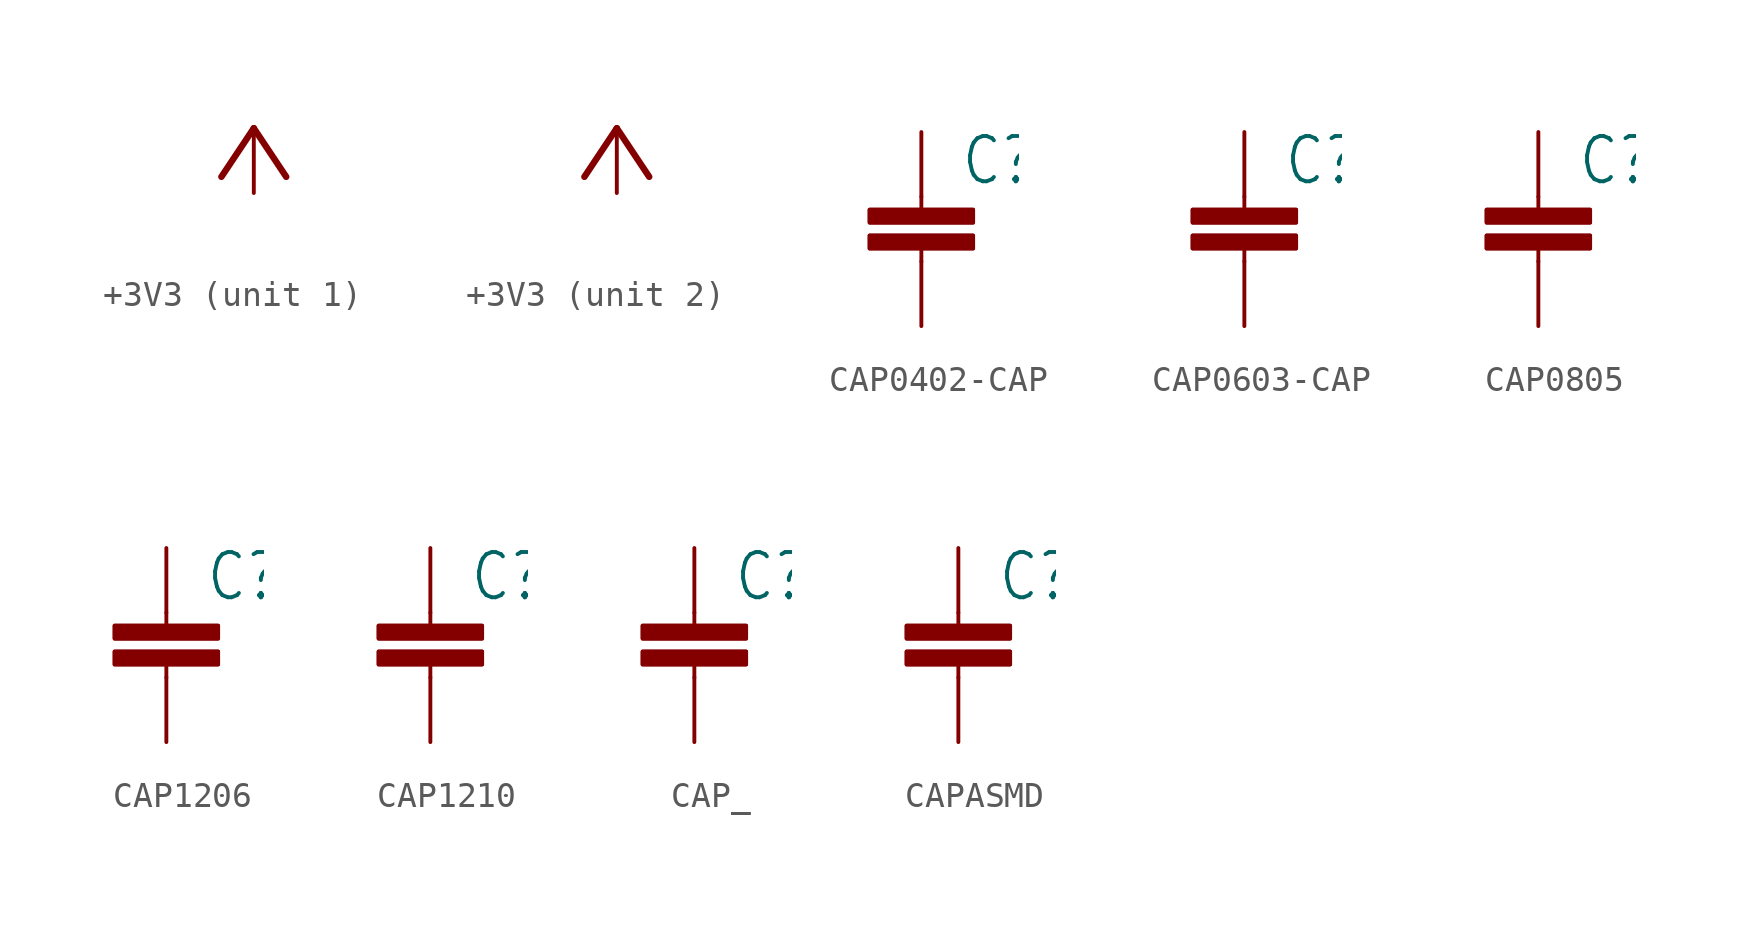
<source format=kicad_sym>
(kicad_symbol_lib
  (version 20241209)
  (generator "kicad_symbol_editor")
  (generator_version "9.0")
  (symbol "+3V3"
    (property "Reference" "#+3V3"
      (at 0 0 0)
      (effects (font (size 1.27 1.27)) (hide yes)))
    (property "Value" ""
      (at -2.54 -5.08 90)
      (effects (font (size 1.778 1.511)) (justify left bottom)))
    (property "ki_locked" ""
      (at 0 0 0)
      (effects (font (size 1.27 1.27))))
    (symbol "+3V3_1_0"
      (polyline (pts (xy 0 0) (xy -1.27 -1.905)) (stroke (width 0.254) (type solid)) (fill (type none)))
      (polyline (pts (xy 1.27 -1.905) (xy 0 0)) (stroke (width 0.254) (type solid)) (fill (type none)))
      (pin power_in line (at 0 -2.54 90) (length 2.54) (name "+3V3" (effects (font (size 0 0)))) (number "1" (effects (font (size 0 0))))))
    (symbol "+3V3_2_0"
      (polyline (pts (xy 0 0) (xy -1.27 -1.905)) (stroke (width 0.254) (type solid)) (fill (type none)))
      (polyline (pts (xy 1.27 -1.905) (xy 0 0)) (stroke (width 0.254) (type solid)) (fill (type none)))
      (pin power_in line (at 0 -2.54 90) (length 2.54) (name "+3V3" (effects (font (size 0 0)))) (number "1" (effects (font (size 0 0)))))))
  (symbol "CAP0402-CAP"
    (property "Reference" "C"
      (at 1.524 2.921 0)
      (effects (font (size 1.778 1.511)) (justify left bottom)))
    (property "Value" ""
      (at 1.524 -2.159 0)
      (effects (font (size 1.778 1.511)) (justify left bottom)))
    (property "ki_locked" ""
      (at 0 0 0)
      (effects (font (size 1.27 1.27))))
    (symbol "CAP0402-CAP_1_0"
      (rectangle (start -2.032 1.524) (end 2.032 2.032) (stroke (width 0) (type default)) (fill (type outline)))
      (rectangle (start -2.032 1.524) (end 2.032 2.032) (stroke (width 0) (type default)) (fill (type outline)))
      (rectangle (start -2.032 0.508) (end 2.032 1.016) (stroke (width 0) (type default)) (fill (type outline)))
      (rectangle (start -2.032 0.508) (end 2.032 1.016) (stroke (width 0) (type default)) (fill (type outline)))
      (polyline (pts (xy 0 2.54) (xy 0 2.032)) (stroke (width 0.152) (type solid)) (fill (type none)))
      (polyline (pts (xy 0 0) (xy 0 0.508)) (stroke (width 0.152) (type solid)) (fill (type none)))
      (pin passive line (at 0 5.08 270) (length 2.54) (name "1" (effects (font (size 0 0)))) (number "1" (effects (font (size 0 0)))))
      (pin passive line (at 0 -2.54 90) (length 2.54) (name "2" (effects (font (size 0 0)))) (number "2" (effects (font (size 0 0)))))))
  (symbol "CAP0603-CAP"
    (property "Reference" "C"
      (at 1.524 2.921 0)
      (effects (font (size 1.778 1.511)) (justify left bottom)))
    (property "Value" ""
      (at 1.524 -2.159 0)
      (effects (font (size 1.778 1.511)) (justify left bottom)))
    (property "ki_locked" ""
      (at 0 0 0)
      (effects (font (size 1.27 1.27))))
    (symbol "CAP0603-CAP_1_0"
      (rectangle (start -2.032 1.524) (end 2.032 2.032) (stroke (width 0) (type default)) (fill (type outline)))
      (rectangle (start -2.032 1.524) (end 2.032 2.032) (stroke (width 0) (type default)) (fill (type outline)))
      (rectangle (start -2.032 0.508) (end 2.032 1.016) (stroke (width 0) (type default)) (fill (type outline)))
      (rectangle (start -2.032 0.508) (end 2.032 1.016) (stroke (width 0) (type default)) (fill (type outline)))
      (polyline (pts (xy 0 2.54) (xy 0 2.032)) (stroke (width 0.152) (type solid)) (fill (type none)))
      (polyline (pts (xy 0 0) (xy 0 0.508)) (stroke (width 0.152) (type solid)) (fill (type none)))
      (pin passive line (at 0 5.08 270) (length 2.54) (name "1" (effects (font (size 0 0)))) (number "1" (effects (font (size 0 0)))))
      (pin passive line (at 0 -2.54 90) (length 2.54) (name "2" (effects (font (size 0 0)))) (number "2" (effects (font (size 0 0)))))))
  (symbol "CAP0805"
    (property "Reference" "C"
      (at 1.524 2.921 0)
      (effects (font (size 1.778 1.511)) (justify left bottom)))
    (property "Value" ""
      (at 1.524 -2.159 0)
      (effects (font (size 1.778 1.511)) (justify left bottom)))
    (property "ki_locked" ""
      (at 0 0 0)
      (effects (font (size 1.27 1.27))))
    (symbol "CAP0805_1_0"
      (rectangle (start -2.032 1.524) (end 2.032 2.032) (stroke (width 0) (type default)) (fill (type outline)))
      (rectangle (start -2.032 1.524) (end 2.032 2.032) (stroke (width 0) (type default)) (fill (type outline)))
      (rectangle (start -2.032 0.508) (end 2.032 1.016) (stroke (width 0) (type default)) (fill (type outline)))
      (rectangle (start -2.032 0.508) (end 2.032 1.016) (stroke (width 0) (type default)) (fill (type outline)))
      (polyline (pts (xy 0 2.54) (xy 0 2.032)) (stroke (width 0.152) (type solid)) (fill (type none)))
      (polyline (pts (xy 0 0) (xy 0 0.508)) (stroke (width 0.152) (type solid)) (fill (type none)))
      (pin passive line (at 0 5.08 270) (length 2.54) (name "1" (effects (font (size 0 0)))) (number "1" (effects (font (size 0 0)))))
      (pin passive line (at 0 -2.54 90) (length 2.54) (name "2" (effects (font (size 0 0)))) (number "2" (effects (font (size 0 0)))))))
  (symbol "CAP1206"
    (property "Reference" "C"
      (at 1.524 2.921 0)
      (effects (font (size 1.778 1.511)) (justify left bottom)))
    (property "Value" ""
      (at 1.524 -2.159 0)
      (effects (font (size 1.778 1.511)) (justify left bottom)))
    (property "ki_locked" ""
      (at 0 0 0)
      (effects (font (size 1.27 1.27))))
    (symbol "CAP1206_1_0"
      (rectangle (start -2.032 1.524) (end 2.032 2.032) (stroke (width 0) (type default)) (fill (type outline)))
      (rectangle (start -2.032 1.524) (end 2.032 2.032) (stroke (width 0) (type default)) (fill (type outline)))
      (rectangle (start -2.032 0.508) (end 2.032 1.016) (stroke (width 0) (type default)) (fill (type outline)))
      (rectangle (start -2.032 0.508) (end 2.032 1.016) (stroke (width 0) (type default)) (fill (type outline)))
      (polyline (pts (xy 0 2.54) (xy 0 2.032)) (stroke (width 0.152) (type solid)) (fill (type none)))
      (polyline (pts (xy 0 0) (xy 0 0.508)) (stroke (width 0.152) (type solid)) (fill (type none)))
      (pin passive line (at 0 5.08 270) (length 2.54) (name "1" (effects (font (size 0 0)))) (number "1" (effects (font (size 0 0)))))
      (pin passive line (at 0 -2.54 90) (length 2.54) (name "2" (effects (font (size 0 0)))) (number "2" (effects (font (size 0 0)))))))
  (symbol "CAP1210"
    (property "Reference" "C"
      (at 1.524 2.921 0)
      (effects (font (size 1.778 1.511)) (justify left bottom)))
    (property "Value" ""
      (at 1.524 -2.159 0)
      (effects (font (size 1.778 1.511)) (justify left bottom)))
    (property "ki_locked" ""
      (at 0 0 0)
      (effects (font (size 1.27 1.27))))
    (symbol "CAP1210_1_0"
      (rectangle (start -2.032 1.524) (end 2.032 2.032) (stroke (width 0) (type default)) (fill (type outline)))
      (rectangle (start -2.032 1.524) (end 2.032 2.032) (stroke (width 0) (type default)) (fill (type outline)))
      (rectangle (start -2.032 0.508) (end 2.032 1.016) (stroke (width 0) (type default)) (fill (type outline)))
      (rectangle (start -2.032 0.508) (end 2.032 1.016) (stroke (width 0) (type default)) (fill (type outline)))
      (polyline (pts (xy 0 2.54) (xy 0 2.032)) (stroke (width 0.152) (type solid)) (fill (type none)))
      (polyline (pts (xy 0 0) (xy 0 0.508)) (stroke (width 0.152) (type solid)) (fill (type none)))
      (pin passive line (at 0 5.08 270) (length 2.54) (name "1" (effects (font (size 0 0)))) (number "1" (effects (font (size 0 0)))))
      (pin passive line (at 0 -2.54 90) (length 2.54) (name "2" (effects (font (size 0 0)))) (number "2" (effects (font (size 0 0)))))))
  (symbol "CAP_"
    (property "Reference" "C"
      (at 1.524 2.921 0)
      (effects (font (size 1.778 1.511)) (justify left bottom)))
    (property "Value" ""
      (at 1.524 -2.159 0)
      (effects (font (size 1.778 1.511)) (justify left bottom)))
    (property "ki_locked" ""
      (at 0 0 0)
      (effects (font (size 1.27 1.27))))
    (symbol "CAP__1_0"
      (rectangle (start -2.032 1.524) (end 2.032 2.032) (stroke (width 0) (type default)) (fill (type outline)))
      (rectangle (start -2.032 1.524) (end 2.032 2.032) (stroke (width 0) (type default)) (fill (type outline)))
      (rectangle (start -2.032 0.508) (end 2.032 1.016) (stroke (width 0) (type default)) (fill (type outline)))
      (rectangle (start -2.032 0.508) (end 2.032 1.016) (stroke (width 0) (type default)) (fill (type outline)))
      (polyline (pts (xy 0 2.54) (xy 0 2.032)) (stroke (width 0.152) (type solid)) (fill (type none)))
      (polyline (pts (xy 0 0) (xy 0 0.508)) (stroke (width 0.152) (type solid)) (fill (type none)))
      (pin passive line (at 0 5.08 270) (length 2.54) (name "1" (effects (font (size 0 0)))) (number "P$1" (effects (font (size 0 0)))))
      (pin passive line (at 0 -2.54 90) (length 2.54) (name "2" (effects (font (size 0 0)))) (number "P$2" (effects (font (size 0 0)))))))
  (symbol "CAPASMD"
    (property "Reference" "C"
      (at 1.524 2.921 0)
      (effects (font (size 1.778 1.511)) (justify left bottom)))
    (property "Value" ""
      (at 1.524 -2.159 0)
      (effects (font (size 1.778 1.511)) (justify left bottom)))
    (property "ki_locked" ""
      (at 0 0 0)
      (effects (font (size 1.27 1.27))))
    (symbol "CAPASMD_1_0"
      (rectangle (start -2.032 1.524) (end 2.032 2.032) (stroke (width 0) (type default)) (fill (type outline)))
      (rectangle (start -2.032 1.524) (end 2.032 2.032) (stroke (width 0) (type default)) (fill (type outline)))
      (rectangle (start -2.032 0.508) (end 2.032 1.016) (stroke (width 0) (type default)) (fill (type outline)))
      (rectangle (start -2.032 0.508) (end 2.032 1.016) (stroke (width 0) (type default)) (fill (type outline)))
      (polyline (pts (xy 0 2.54) (xy 0 2.032)) (stroke (width 0.152) (type solid)) (fill (type none)))
      (polyline (pts (xy 0 0) (xy 0 0.508)) (stroke (width 0.152) (type solid)) (fill (type none)))
      (pin passive line (at 0 5.08 270) (length 2.54) (name "1" (effects (font (size 0 0)))) (number "+" (effects (font (size 0 0)))))
      (pin passive line (at 0 -2.54 90) (length 2.54) (name "2" (effects (font (size 0 0)))) (number "-" (effects (font (size 0 0))))))))
</source>
